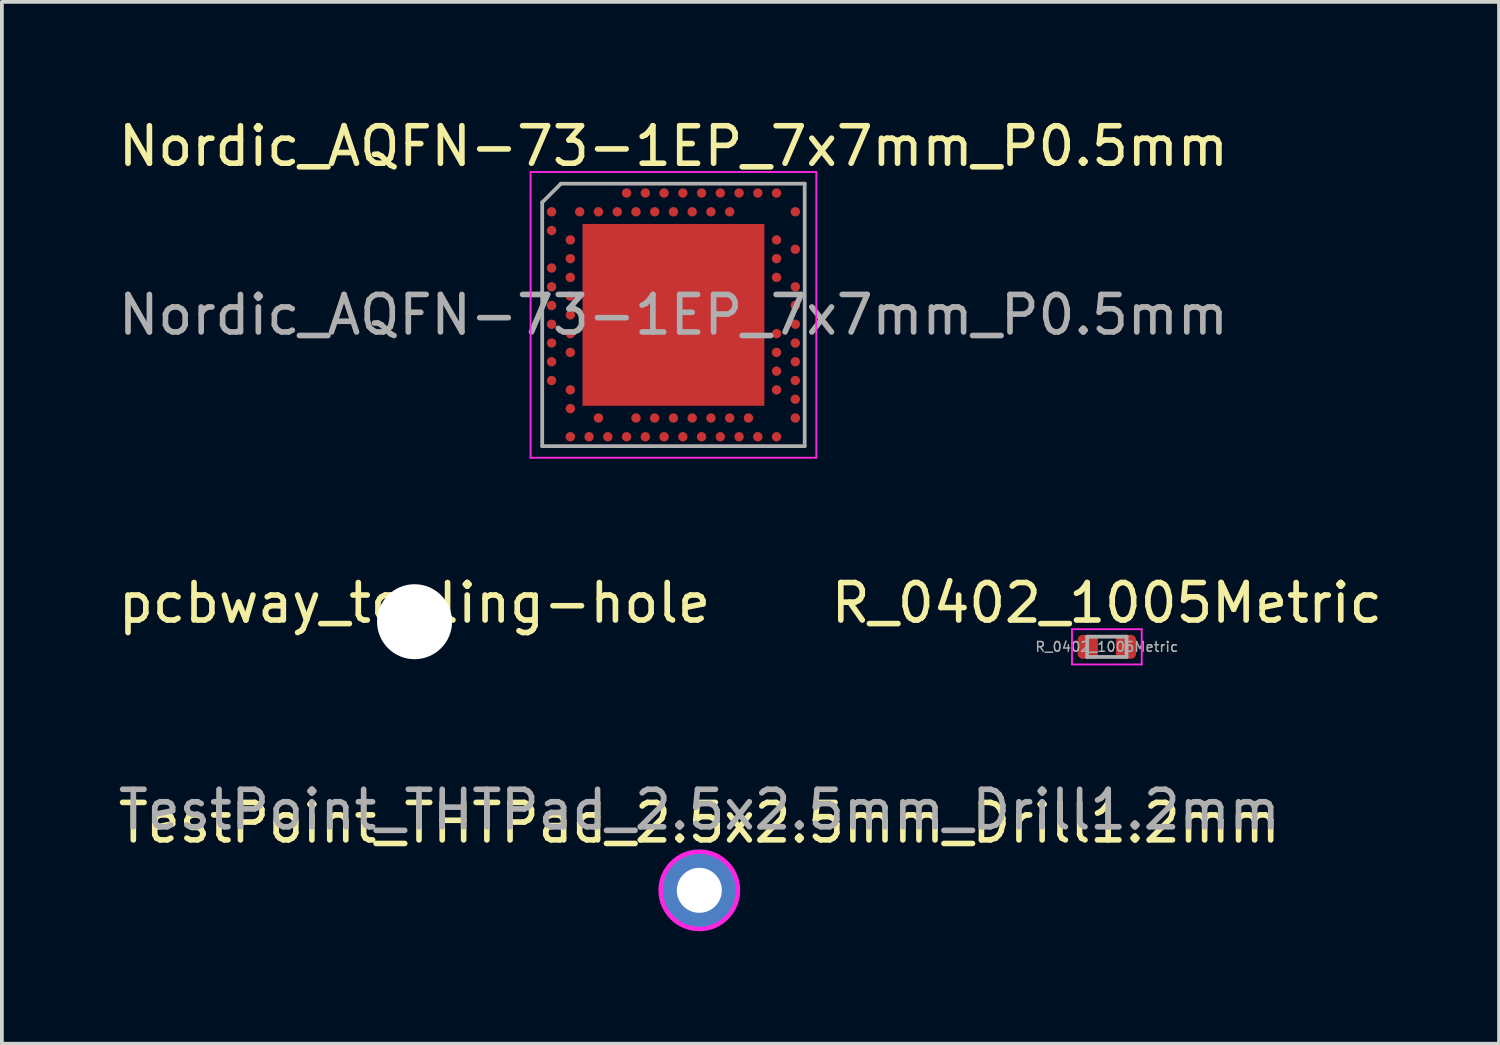
<source format=kicad_pcb>
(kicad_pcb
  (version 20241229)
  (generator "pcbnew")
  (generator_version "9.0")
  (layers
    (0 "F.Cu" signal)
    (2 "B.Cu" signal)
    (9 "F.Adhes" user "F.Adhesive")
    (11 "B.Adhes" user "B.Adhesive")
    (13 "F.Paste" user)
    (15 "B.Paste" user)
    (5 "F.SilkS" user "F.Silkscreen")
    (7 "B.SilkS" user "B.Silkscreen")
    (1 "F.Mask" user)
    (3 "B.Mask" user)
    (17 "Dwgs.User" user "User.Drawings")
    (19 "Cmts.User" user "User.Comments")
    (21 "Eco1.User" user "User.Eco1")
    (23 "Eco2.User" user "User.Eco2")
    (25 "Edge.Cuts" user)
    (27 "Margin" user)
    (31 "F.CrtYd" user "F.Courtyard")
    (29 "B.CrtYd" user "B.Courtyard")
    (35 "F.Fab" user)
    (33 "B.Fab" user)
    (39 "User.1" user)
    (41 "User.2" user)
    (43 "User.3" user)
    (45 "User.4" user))
  (footprint "Nordic_AQFN-73-1EP_7x7mm_P0.5mm"
    (layer "F.Cu")
    (at 14.911 5.348)
    (property "Reference" "Nordic_AQFN-73-1EP_7x7mm_P0.5mm" (at 0 -4.5 0) (layer "F.SilkS") (effects (font (size 1 1) (thickness 0.15))))
    (attr smd)
    (fp_line (start -3.61 -3.05) (end -3.05 -3.61) (stroke (width 0.12) (type solid)) (layer "Eco2.User"))
    (fp_line (start -3.61 3.61) (end -3.61 3.05) (stroke (width 0.12) (type solid)) (layer "Eco2.User"))
    (fp_line (start -3.61 3.61) (end -3.05 3.61) (stroke (width 0.12) (type solid)) (layer "Eco2.User"))
    (fp_line (start 3.61 -3.61) (end 3.05 -3.61) (stroke (width 0.12) (type solid)) (layer "Eco2.User"))
    (fp_line (start 3.61 -3.61) (end 3.61 -3.05) (stroke (width 0.12) (type solid)) (layer "Eco2.User"))
    (fp_line (start 3.61 3.61) (end 3.05 3.61) (stroke (width 0.12) (type solid)) (layer "Eco2.User"))
    (fp_line (start 3.61 3.61) (end 3.61 3.05) (stroke (width 0.12) (type solid)) (layer "Eco2.User"))
    (fp_line (start -3.81 -3.81) (end 3.81 -3.81) (stroke (width 0.05) (type solid)) (layer "F.CrtYd"))
    (fp_line (start -3.81 3.81) (end -3.81 -3.81) (stroke (width 0.05) (type solid)) (layer "F.CrtYd"))
    (fp_line (start 3.81 -3.81) (end 3.81 3.81) (stroke (width 0.05) (type solid)) (layer "F.CrtYd"))
    (fp_line (start 3.81 3.81) (end -3.81 3.81) (stroke (width 0.05) (type solid)) (layer "F.CrtYd"))
    (fp_line (start -3.5 -3) (end -3.5 3.5) (stroke (width 0.1) (type solid)) (layer "F.Fab"))
    (fp_line (start -3.5 -3) (end -3 -3.5) (stroke (width 0.1) (type solid)) (layer "F.Fab"))
    (fp_line (start -3.5 3.5) (end 3.5 3.5) (stroke (width 0.1) (type solid)) (layer "F.Fab"))
    (fp_line (start -3 -3.5) (end 3.5 -3.5) (stroke (width 0.1) (type solid)) (layer "F.Fab"))
    (fp_line (start 3.5 -3.5) (end 3.5 3.5) (stroke (width 0.1) (type solid)) (layer "F.Fab"))
    (fp_text user "${REFERENCE}" (at 0 0 0) (layer "F.Fab") (effects (font (size 1 1) (thickness 0.15))))
    (pad "" smd rect (at -1.212 -1.212 180) (size 2 2) (layers "F.Paste"))
    (pad "" smd rect (at -1.212 1.212 180) (size 2 2) (layers "F.Paste"))
    (pad "" smd rect (at 1.212 -1.212 180) (size 2 2) (layers "F.Paste"))
    (pad "" smd rect (at 1.212 1.212 180) (size 2 2) (layers "F.Paste"))
    (pad "A8" smd circle (at -1.25 -3.25 180) (size 0.25 0.25) (layers "F.Cu" "F.Mask" "F.Paste"))
    (pad "A10" smd circle (at -0.75 -3.25 180) (size 0.25 0.25) (layers "F.Cu" "F.Mask" "F.Paste"))
    (pad "A12" smd circle (at -0.25 -3.25 180) (size 0.25 0.25) (layers "F.Cu" "F.Mask" "F.Paste"))
    (pad "A14" smd circle (at 0.25 -3.25 180) (size 0.25 0.25) (layers "F.Cu" "F.Mask" "F.Paste"))
    (pad "A16" smd circle (at 0.75 -3.25 180) (size 0.25 0.25) (layers "F.Cu" "F.Mask" "F.Paste"))
    (pad "A18" smd circle (at 1.25 -3.25 180) (size 0.25 0.25) (layers "F.Cu" "F.Mask" "F.Paste"))
    (pad "A20" smd circle (at 1.75 -3.25 180) (size 0.25 0.25) (layers "F.Cu" "F.Mask" "F.Paste"))
    (pad "A22" smd circle (at 2.25 -3.25 180) (size 0.25 0.25) (layers "F.Cu" "F.Mask" "F.Paste"))
    (pad "A23" smd circle (at 2.75 -3.25 180) (size 0.25 0.25) (layers "F.Cu" "F.Mask" "F.Paste"))
    (pad "AA24" smd circle (at 3.25 2.25 180) (size 0.25 0.25) (layers "F.Cu" "F.Mask" "F.Paste"))
    (pad "AB2" smd circle (at -2.75 2.5 180) (size 0.25 0.25) (layers "F.Cu" "F.Mask" "F.Paste"))
    (pad "AC5" smd circle (at -2 2.75 180) (size 0.25 0.25) (layers "F.Cu" "F.Mask" "F.Paste"))
    (pad "AC9" smd circle (at -1 2.75 180) (size 0.25 0.25) (layers "F.Cu" "F.Mask" "F.Paste"))
    (pad "AC11" smd circle (at -0.5 2.75 180) (size 0.25 0.25) (layers "F.Cu" "F.Mask" "F.Paste"))
    (pad "AC13" smd circle (at 0 2.75 180) (size 0.25 0.25) (layers "F.Cu" "F.Mask" "F.Paste"))
    (pad "AC15" smd circle (at 0.5 2.75 180) (size 0.25 0.25) (layers "F.Cu" "F.Mask" "F.Paste"))
    (pad "AC17" smd circle (at 1 2.75 180) (size 0.25 0.25) (layers "F.Cu" "F.Mask" "F.Paste"))
    (pad "AC19" smd circle (at 1.5 2.75 180) (size 0.25 0.25) (layers "F.Cu" "F.Mask" "F.Paste"))
    (pad "AC21" smd circle (at 2 2.75 180) (size 0.25 0.25) (layers "F.Cu" "F.Mask" "F.Paste"))
    (pad "AC24" smd circle (at 3.25 2.75 180) (size 0.25 0.25) (layers "F.Cu" "F.Mask" "F.Paste"))
    (pad "AD2" smd circle (at -2.75 3.25 180) (size 0.25 0.25) (layers "F.Cu" "F.Mask" "F.Paste"))
    (pad "AD4" smd circle (at -2.25 3.25 180) (size 0.25 0.25) (layers "F.Cu" "F.Mask" "F.Paste"))
    (pad "AD6" smd circle (at -1.75 3.25 180) (size 0.25 0.25) (layers "F.Cu" "F.Mask" "F.Paste"))
    (pad "AD8" smd circle (at -1.25 3.25 180) (size 0.25 0.25) (layers "F.Cu" "F.Mask" "F.Paste"))
    (pad "AD10" smd circle (at -0.75 3.25 180) (size 0.25 0.25) (layers "F.Cu" "F.Mask" "F.Paste"))
    (pad "AD12" smd circle (at -0.25 3.25 180) (size 0.25 0.25) (layers "F.Cu" "F.Mask" "F.Paste"))
    (pad "AD14" smd circle (at 0.25 3.25 180) (size 0.25 0.25) (layers "F.Cu" "F.Mask" "F.Paste"))
    (pad "AD16" smd circle (at 0.75 3.25 180) (size 0.25 0.25) (layers "F.Cu" "F.Mask" "F.Paste"))
    (pad "AD18" smd circle (at 1.25 3.25 180) (size 0.25 0.25) (layers "F.Cu" "F.Mask" "F.Paste"))
    (pad "AD20" smd circle (at 1.75 3.25 180) (size 0.25 0.25) (layers "F.Cu" "F.Mask" "F.Paste"))
    (pad "AD22" smd circle (at 2.25 3.25 180) (size 0.25 0.25) (layers "F.Cu" "F.Mask" "F.Paste"))
    (pad "AD23" smd circle (at 2.75 3.25 180) (size 0.25 0.25) (layers "F.Cu" "F.Mask" "F.Paste"))
    (pad "B1" smd circle (at -3.25 -2.75 180) (size 0.25 0.25) (layers "F.Cu" "F.Mask" "F.Paste"))
    (pad "B3" smd circle (at -2.5 -2.75 180) (size 0.25 0.25) (layers "F.Cu" "F.Mask" "F.Paste"))
    (pad "B5" smd circle (at -2 -2.75 180) (size 0.25 0.25) (layers "F.Cu" "F.Mask" "F.Paste"))
    (pad "B7" smd circle (at -1.5 -2.75 180) (size 0.25 0.25) (layers "F.Cu" "F.Mask" "F.Paste"))
    (pad "B9" smd circle (at -1 -2.75 180) (size 0.25 0.25) (layers "F.Cu" "F.Mask" "F.Paste"))
    (pad "B11" smd circle (at -0.5 -2.75 180) (size 0.25 0.25) (layers "F.Cu" "F.Mask" "F.Paste"))
    (pad "B13" smd circle (at 0 -2.75 180) (size 0.25 0.25) (layers "F.Cu" "F.Mask" "F.Paste"))
    (pad "B15" smd circle (at 0.5 -2.75 180) (size 0.25 0.25) (layers "F.Cu" "F.Mask" "F.Paste"))
    (pad "B17" smd circle (at 1 -2.75 180) (size 0.25 0.25) (layers "F.Cu" "F.Mask" "F.Paste"))
    (pad "B19" smd circle (at 1.5 -2.75 180) (size 0.25 0.25) (layers "F.Cu" "F.Mask" "F.Paste"))
    (pad "B24" smd circle (at 3.25 -2.75 180) (size 0.25 0.25) (layers "F.Cu" "F.Mask" "F.Paste"))
    (pad "C1" smd circle (at -3.25 -2.25 180) (size 0.25 0.25) (layers "F.Cu" "F.Mask" "F.Paste"))
    (pad "D2" smd circle (at -2.75 -2 180) (size 0.25 0.25) (layers "F.Cu" "F.Mask" "F.Paste"))
    (pad "D23" smd circle (at 2.75 -2 180) (size 0.25 0.25) (layers "F.Cu" "F.Mask" "F.Paste"))
    (pad "E24" smd circle (at 3.25 -1.75 180) (size 0.25 0.25) (layers "F.Cu" "F.Mask" "F.Paste"))
    (pad "EP" smd rect (at 0 0 180) (size 4.85 4.85) (layers "F.Cu" "F.Mask"))
    (pad "F2" smd circle (at -2.75 -1.5 180) (size 0.25 0.25) (layers "F.Cu" "F.Mask" "F.Paste"))
    (pad "F23" smd circle (at 2.75 -1.5 180) (size 0.25 0.25) (layers "F.Cu" "F.Mask" "F.Paste"))
    (pad "G1" smd circle (at -3.25 -1.25 180) (size 0.25 0.25) (layers "F.Cu" "F.Mask" "F.Paste"))
    (pad "H2" smd circle (at -2.75 -1 180) (size 0.25 0.25) (layers "F.Cu" "F.Mask" "F.Paste"))
    (pad "H23" smd circle (at 2.75 -1 180) (size 0.25 0.25) (layers "F.Cu" "F.Mask" "F.Paste"))
    (pad "J1" smd circle (at -3.25 -0.75 180) (size 0.25 0.25) (layers "F.Cu" "F.Mask" "F.Paste"))
    (pad "J24" smd circle (at 3.25 -0.75 180) (size 0.25 0.25) (layers "F.Cu" "F.Mask" "F.Paste"))
    (pad "K2" smd circle (at -2.75 -0.5 180) (size 0.25 0.25) (layers "F.Cu" "F.Mask" "F.Paste"))
    (pad "L1" smd circle (at -3.25 -0.25 180) (size 0.25 0.25) (layers "F.Cu" "F.Mask" "F.Paste"))
    (pad "L24" smd circle (at 3.25 -0.25 180) (size 0.25 0.25) (layers "F.Cu" "F.Mask" "F.Paste"))
    (pad "M2" smd circle (at -2.75 0 180) (size 0.25 0.25) (layers "F.Cu" "F.Mask" "F.Paste"))
    (pad "N1" smd circle (at -3.25 0.25 180) (size 0.25 0.25) (layers "F.Cu" "F.Mask" "F.Paste"))
    (pad "N24" smd circle (at 3.25 0.25 180) (size 0.25 0.25) (layers "F.Cu" "F.Mask" "F.Paste"))
    (pad "P2" smd circle (at -2.75 0.5 180) (size 0.25 0.25) (layers "F.Cu" "F.Mask" "F.Paste"))
    (pad "P23" smd circle (at 2.75 0.5 180) (size 0.25 0.25) (layers "F.Cu" "F.Mask" "F.Paste"))
    (pad "R1" smd circle (at -3.25 0.75 180) (size 0.25 0.25) (layers "F.Cu" "F.Mask" "F.Paste"))
    (pad "R24" smd circle (at 3.25 0.75 180) (size 0.25 0.25) (layers "F.Cu" "F.Mask" "F.Paste"))
    (pad "T2" smd circle (at -2.75 1 180) (size 0.25 0.25) (layers "F.Cu" "F.Mask" "F.Paste"))
    (pad "T23" smd circle (at 2.75 1 180) (size 0.25 0.25) (layers "F.Cu" "F.Mask" "F.Paste"))
    (pad "U1" smd circle (at -3.25 1.25 180) (size 0.25 0.25) (layers "F.Cu" "F.Mask" "F.Paste"))
    (pad "U24" smd circle (at 3.25 1.25 180) (size 0.25 0.25) (layers "F.Cu" "F.Mask" "F.Paste"))
    (pad "V23" smd circle (at 2.75 1.5 180) (size 0.25 0.25) (layers "F.Cu" "F.Mask" "F.Paste"))
    (pad "W1" smd circle (at -3.25 1.75 180) (size 0.25 0.25) (layers "F.Cu" "F.Mask" "F.Paste"))
    (pad "W24" smd circle (at 3.25 1.75 180) (size 0.25 0.25) (layers "F.Cu" "F.Mask" "F.Paste"))
    (pad "Y2" smd circle (at -2.75 2 180) (size 0.25 0.25) (layers "F.Cu" "F.Mask" "F.Paste"))
    (pad "Y23" smd circle (at 2.75 2 180) (size 0.25 0.25) (layers "F.Cu" "F.Mask" "F.Paste")))
  (footprint "pcbway_tooling-hole"
    (layer "F.Cu")
    (at 8.006 13.531)
    (property "Reference" "pcbway_tooling-hole" (at 0 -0.5 0) (unlocked yes) (layer "F.SilkS") (effects (font (size 1 1) (thickness 0.15))))
    (attr smd board_only exclude_from_pos_files exclude_from_bom)
    (pad "" np_thru_hole circle (at 0 0) (size 2 2) (drill 2) (layers "*.Cu" "*.Mask")))
  (footprint "R_0402_1005Metric"
    (layer "F.Cu")
    (at 26.47 14.201)
    (property "Reference" "R_0402_1005Metric" (at 0 -1.17 0) (layer "F.SilkS") (effects (font (size 1 1) (thickness 0.15))))
    (attr smd)
    (fp_line (start -0.154 -0.38) (end 0.154 -0.38) (stroke (width 0.12) (type solid)) (layer "Eco2.User"))
    (fp_line (start -0.154 0.38) (end 0.154 0.38) (stroke (width 0.12) (type solid)) (layer "Eco2.User"))
    (fp_line (start -0.93 -0.47) (end 0.93 -0.47) (stroke (width 0.05) (type solid)) (layer "F.CrtYd"))
    (fp_line (start -0.93 0.47) (end -0.93 -0.47) (stroke (width 0.05) (type solid)) (layer "F.CrtYd"))
    (fp_line (start 0.93 -0.47) (end 0.93 0.47) (stroke (width 0.05) (type solid)) (layer "F.CrtYd"))
    (fp_line (start 0.93 0.47) (end -0.93 0.47) (stroke (width 0.05) (type solid)) (layer "F.CrtYd"))
    (fp_line (start -0.525 -0.27) (end 0.525 -0.27) (stroke (width 0.1) (type solid)) (layer "F.Fab"))
    (fp_line (start -0.525 0.27) (end -0.525 -0.27) (stroke (width 0.1) (type solid)) (layer "F.Fab"))
    (fp_line (start 0.525 -0.27) (end 0.525 0.27) (stroke (width 0.1) (type solid)) (layer "F.Fab"))
    (fp_line (start 0.525 0.27) (end -0.525 0.27) (stroke (width 0.1) (type solid)) (layer "F.Fab"))
    (fp_text user "${REFERENCE}" (at 0 0 0) (layer "F.Fab") (effects (font (size 0.26 0.26) (thickness 0.04))))
    (pad "1" smd roundrect (at -0.51 0) (size 0.54 0.64) (layers "F.Cu" "F.Mask" "F.Paste") (roundrect_rratio 0.25))
    (pad "2" smd roundrect (at 0.51 0) (size 0.54 0.64) (layers "F.Cu" "F.Mask" "F.Paste") (roundrect_rratio 0.25)))
  (footprint "TestPoint_THTPad_2.5x2.5mm_Drill1.2mm"
    (layer "F.Cu")
    (at 15.601 20.695)
    (property "Reference" "TestPoint_THTPad_2.5x2.5mm_Drill1.2mm" (at 0 -1.8 0) (layer "F.SilkS") (effects (font (size 1 1) (thickness 0.15))))
    (attr exclude_from_pos_files exclude_from_bom)
    (fp_circle (center 0 0) (end 1.031 0) (stroke (width 0.12) (type solid)) (fill no) (layer "F.CrtYd"))
    (fp_text user "${REFERENCE}" (at 0 -2.15 0) (layer "F.Fab") (effects (font (size 1 1) (thickness 0.15))))
    (pad "1" thru_hole circle (at 0 0) (size 2 2) (drill 1.2) (layers "*.Cu" "*.Mask")))
  (gr_rect
    (start -3 -3)
    (end 36.929 24.786)
    (stroke (width 0.1) (type default))
    (fill no)
    (layer "Edge.Cuts")))
</source>
